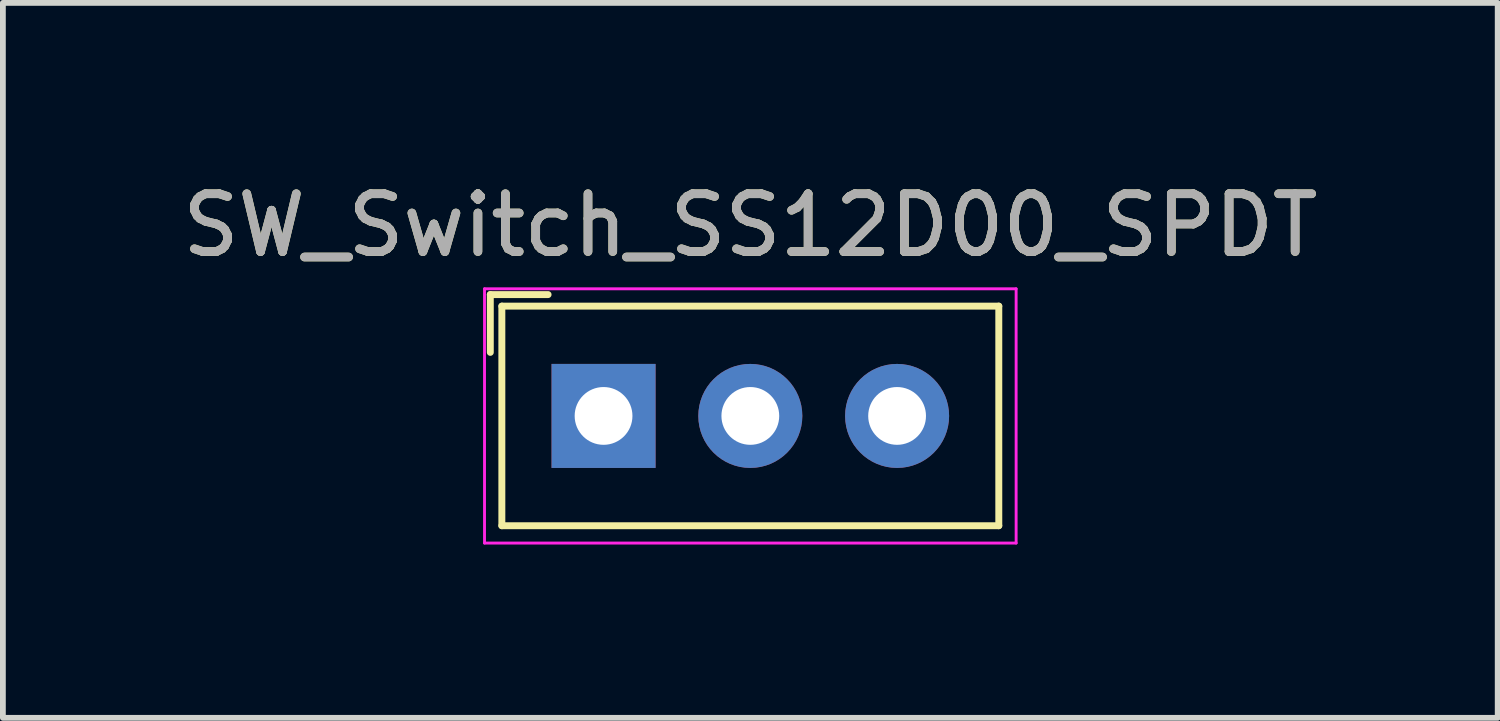
<source format=kicad_pcb>
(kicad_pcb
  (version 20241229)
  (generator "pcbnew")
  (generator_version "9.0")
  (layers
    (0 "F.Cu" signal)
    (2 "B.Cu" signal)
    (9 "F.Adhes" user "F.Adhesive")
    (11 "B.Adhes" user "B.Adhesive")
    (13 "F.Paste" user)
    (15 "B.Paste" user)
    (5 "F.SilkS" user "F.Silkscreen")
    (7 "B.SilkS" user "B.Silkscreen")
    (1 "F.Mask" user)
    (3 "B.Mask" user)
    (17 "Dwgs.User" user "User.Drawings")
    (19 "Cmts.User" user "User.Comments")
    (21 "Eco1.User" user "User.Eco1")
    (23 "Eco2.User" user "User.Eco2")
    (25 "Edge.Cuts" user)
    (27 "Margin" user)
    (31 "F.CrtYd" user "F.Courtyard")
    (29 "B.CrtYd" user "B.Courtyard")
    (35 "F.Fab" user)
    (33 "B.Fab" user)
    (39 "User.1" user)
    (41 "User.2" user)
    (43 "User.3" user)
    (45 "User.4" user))
  (footprint "SW_Switch_SS12D00_SPDT"
    (layer "F.Cu")
    (at 9.935 4.148)
    (property "Reference" "SW_Switch_SS12D00_SPDT" (at 0 -3.3 0) (layer "F.SilkS") (effects (font (size 1 1) (thickness 0.15))))
    (attr through_hole)
    (fp_line (start -4.5 -2.1) (end -3.5 -2.1) (stroke (width 0.12) (type solid)) (layer "F.SilkS"))
    (fp_line (start -4.5 -1.1) (end -4.5 -2.1) (stroke (width 0.12) (type solid)) (layer "F.SilkS"))
    (fp_line (start -4.3 -1.9) (end 4.3 -1.9) (stroke (width 0.12) (type solid)) (layer "F.SilkS"))
    (fp_line (start -4.3 1.9) (end -4.3 -1.9) (stroke (width 0.12) (type solid)) (layer "F.SilkS"))
    (fp_line (start 4.3 -1.9) (end 4.3 1.9) (stroke (width 0.12) (type solid)) (layer "F.SilkS"))
    (fp_line (start 4.3 1.9) (end -4.3 1.9) (stroke (width 0.12) (type solid)) (layer "F.SilkS"))
    (fp_line (start -4.6 -2.2) (end 4.6 -2.2) (stroke (width 0.05) (type solid)) (layer "F.CrtYd"))
    (fp_line (start -4.6 2.2) (end -4.6 -2.2) (stroke (width 0.05) (type solid)) (layer "F.CrtYd"))
    (fp_line (start 4.6 -2.2) (end 4.6 2.2) (stroke (width 0.05) (type solid)) (layer "F.CrtYd"))
    (fp_line (start 4.6 2.2) (end -4.6 2.2) (stroke (width 0.05) (type solid)) (layer "F.CrtYd"))
    (fp_text user "${REFERENCE}" (at 0 -3.3 0) (layer "F.Fab") (effects (font (size 1 1) (thickness 0.15))))
    (pad "1" thru_hole rect (at -2.54 0) (size 1.8 1.8) (drill 1) (layers "*.Cu" "*.Mask"))
    (pad "2" thru_hole circle (at 0 0) (size 1.8 1.8) (drill 1) (layers "*.Cu" "*.Mask"))
    (pad "3" thru_hole circle (at 2.54 0) (size 1.8 1.8) (drill 1) (layers "*.Cu" "*.Mask")))
  (gr_rect
    (start -3 -3)
    (end 22.869 9.373)
    (stroke (width 0.1) (type default))
    (fill no)
    (layer "Edge.Cuts")))
</source>
